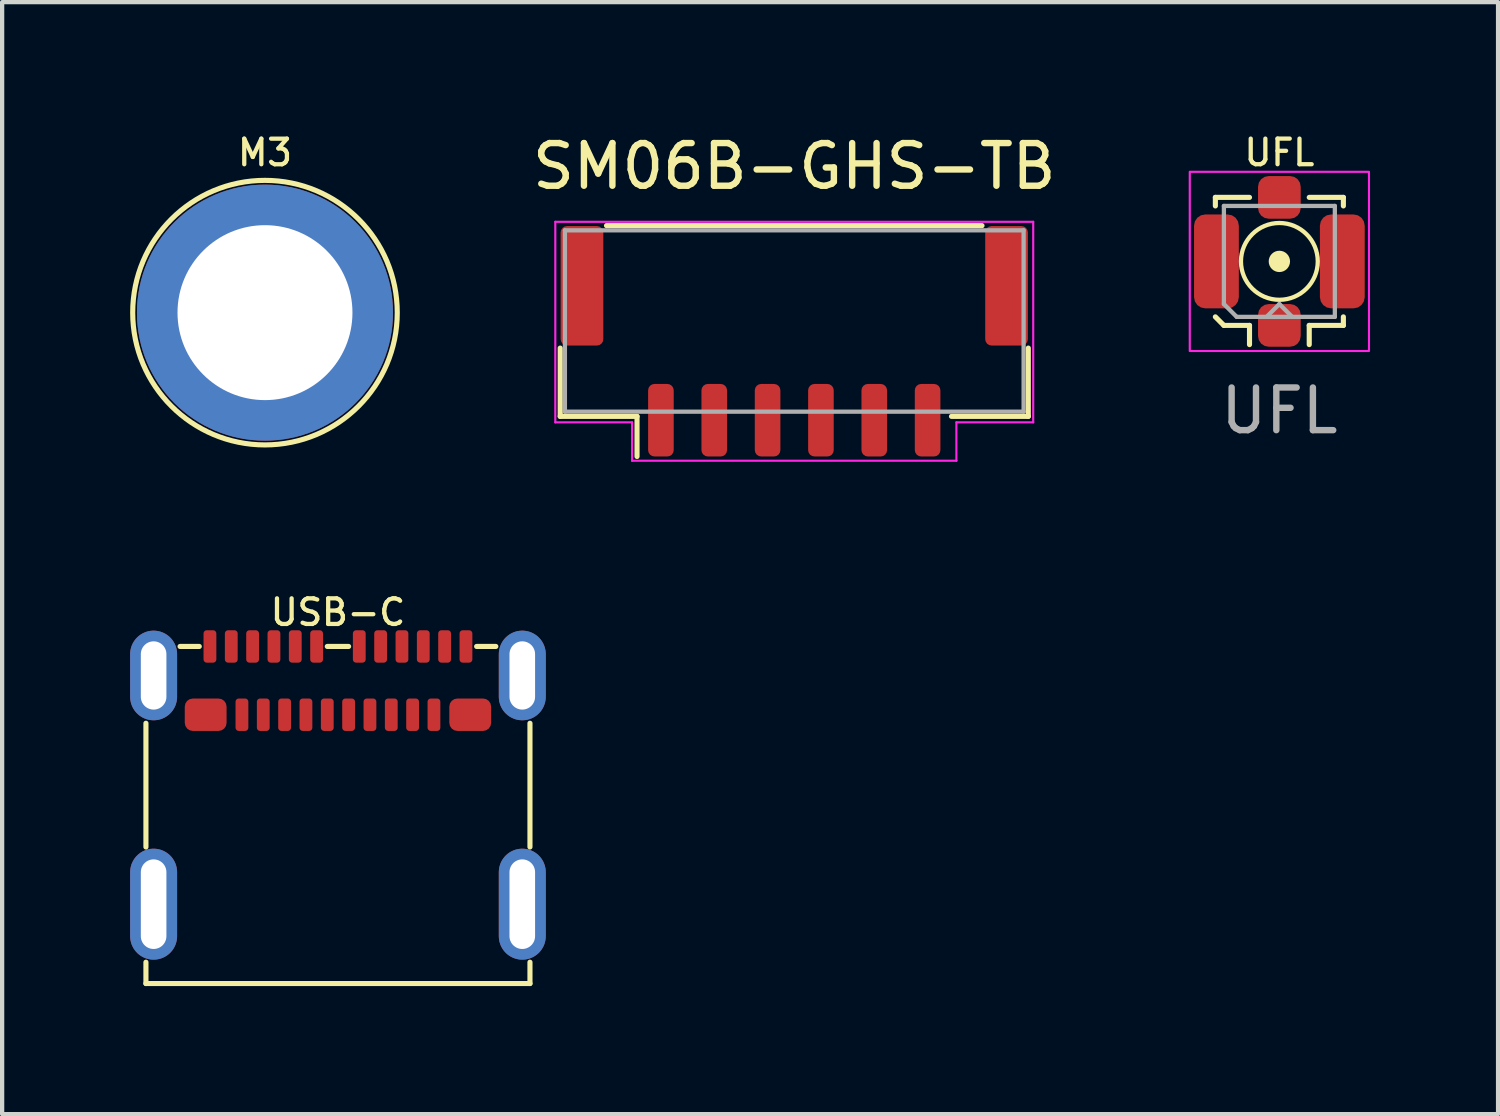
<source format=kicad_pcb>
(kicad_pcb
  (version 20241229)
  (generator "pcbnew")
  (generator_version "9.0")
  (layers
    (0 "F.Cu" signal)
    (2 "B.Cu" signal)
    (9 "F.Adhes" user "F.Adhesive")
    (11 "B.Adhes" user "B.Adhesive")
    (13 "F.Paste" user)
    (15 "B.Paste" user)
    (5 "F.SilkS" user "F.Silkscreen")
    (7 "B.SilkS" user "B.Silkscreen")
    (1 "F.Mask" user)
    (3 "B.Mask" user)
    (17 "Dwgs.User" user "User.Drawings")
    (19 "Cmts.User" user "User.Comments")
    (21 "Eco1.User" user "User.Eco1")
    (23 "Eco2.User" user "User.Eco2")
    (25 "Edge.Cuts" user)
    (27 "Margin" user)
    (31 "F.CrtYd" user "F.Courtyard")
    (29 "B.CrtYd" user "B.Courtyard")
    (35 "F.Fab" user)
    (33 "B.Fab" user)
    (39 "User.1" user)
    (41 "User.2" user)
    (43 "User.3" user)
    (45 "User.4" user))
  (footprint "M3"
    (layer "F.Cu")
    (at 3.16 4.277)
    (property "Reference" "M3" (at 0 -3.75 0) (unlocked yes) (layer "F.SilkS") (effects (font (size 0.6 0.6) (thickness 0.1))))
    (attr smd)
    (fp_circle (center 0 0) (end 3.1 0) (stroke (width 0.12) (type solid)) (fill no) (layer "F.SilkS"))
    (pad "1" thru_hole circle (at 0 0) (size 6 6) (drill 4.1) (layers "*.Cu" "*.Mask")))
  (footprint "SM06B-GHS-TB"
    (layer "F.Cu")
    (at 15.564 4.848)
    (property "Reference" "SM06B-GHS-TB" (at 0 -4 0) (layer "F.SilkS") (effects (font (size 1 1) (thickness 0.15))))
    (attr smd)
    (fp_line (start -5.485 0.26) (end -5.485 1.86) (stroke (width 0.12) (type solid)) (layer "F.SilkS"))
    (fp_line (start -5.485 1.86) (end -3.685 1.86) (stroke (width 0.12) (type solid)) (layer "F.SilkS"))
    (fp_line (start -4.4 -2.61) (end 4.4 -2.61) (stroke (width 0.12) (type solid)) (layer "F.SilkS"))
    (fp_line (start -3.685 1.86) (end -3.685 2.8) (stroke (width 0.12) (type solid)) (layer "F.SilkS"))
    (fp_line (start 5.485 0.26) (end 5.485 1.86) (stroke (width 0.12) (type solid)) (layer "F.SilkS"))
    (fp_line (start 5.485 1.86) (end 3.685 1.86) (stroke (width 0.12) (type solid)) (layer "F.SilkS"))
    (fp_line (start -5.6 -2.7) (end -5.6 2) (stroke (width 0.05) (type solid)) (layer "F.CrtYd"))
    (fp_line (start -5.6 2) (end -3.8 2) (stroke (width 0.05) (type solid)) (layer "F.CrtYd"))
    (fp_line (start -3.8 2) (end -3.8 2.9) (stroke (width 0.05) (type solid)) (layer "F.CrtYd"))
    (fp_line (start -3.8 2.9) (end 3.8 2.9) (stroke (width 0.05) (type solid)) (layer "F.CrtYd"))
    (fp_line (start 3.8 2) (end 5.6 2) (stroke (width 0.05) (type solid)) (layer "F.CrtYd"))
    (fp_line (start 3.8 2.9) (end 3.8 2) (stroke (width 0.05) (type solid)) (layer "F.CrtYd"))
    (fp_line (start 5.6 -2.7) (end -5.6 -2.7) (stroke (width 0.05) (type solid)) (layer "F.CrtYd"))
    (fp_line (start 5.6 2) (end 5.6 -2.7) (stroke (width 0.05) (type solid)) (layer "F.CrtYd"))
    (fp_line (start -5.375 -2.5) (end 5.375 -2.5) (stroke (width 0.1) (type solid)) (layer "F.Fab"))
    (fp_line (start -5.375 1.75) (end -5.375 -2.5) (stroke (width 0.1) (type solid)) (layer "F.Fab"))
    (fp_line (start -5.375 1.75) (end 5.375 1.75) (stroke (width 0.1) (type solid)) (layer "F.Fab"))
    (fp_line (start 5.375 1.75) (end 5.375 -2.5) (stroke (width 0.1) (type solid)) (layer "F.Fab"))
    (pad "1" smd roundrect (at 3.125 1.95) (size 0.6 1.7) (layers "F.Cu" "F.Mask" "F.Paste") (roundrect_rratio 0.25))
    (pad "2" smd roundrect (at 1.875 1.95) (size 0.6 1.7) (layers "F.Cu" "F.Mask" "F.Paste") (roundrect_rratio 0.25))
    (pad "3" smd roundrect (at 0.625 1.95) (size 0.6 1.7) (layers "F.Cu" "F.Mask" "F.Paste") (roundrect_rratio 0.25))
    (pad "4" smd roundrect (at -0.625 1.95) (size 0.6 1.7) (layers "F.Cu" "F.Mask" "F.Paste") (roundrect_rratio 0.25))
    (pad "5" smd roundrect (at -1.875 1.95) (size 0.6 1.7) (layers "F.Cu" "F.Mask" "F.Paste") (roundrect_rratio 0.25))
    (pad "6" smd roundrect (at -3.125 1.95) (size 0.6 1.7) (layers "F.Cu" "F.Mask" "F.Paste") (roundrect_rratio 0.25))
    (pad "MP" smd roundrect (at -4.975 -1.2) (size 1 2.8) (layers "F.Cu" "F.Mask" "F.Paste") (roundrect_rratio 0.15))
    (pad "MP" smd roundrect (at 4.975 -1.2) (size 1 2.8) (layers "F.Cu" "F.Mask" "F.Paste") (roundrect_rratio 0.15)))
  (footprint "USB-C"
    (layer "F.Cu")
    (at 4.87 13.7)
    (property "Reference" "USB-C" (at 0 -2.4 0) (layer "F.SilkS") (effects (font (size 0.6 0.6) (thickness 0.1))))
    (attr smd)
    (fp_line (start -4.5 0.2) (end -4.5 3.1) (stroke (width 0.12) (type solid)) (layer "F.SilkS"))
    (fp_line (start -4.5 5.8) (end -4.5 6.3) (stroke (width 0.12) (type solid)) (layer "F.SilkS"))
    (fp_line (start -4.5 6.3) (end 4.5 6.3) (stroke (width 0.12) (type solid)) (layer "F.SilkS"))
    (fp_line (start -3.25 -1.6) (end -3.7 -1.6) (stroke (width 0.12) (type solid)) (layer "F.SilkS"))
    (fp_line (start 0.25 -1.6) (end -0.25 -1.6) (stroke (width 0.12) (type solid)) (layer "F.SilkS"))
    (fp_line (start 3.7 -1.6) (end 3.25 -1.6) (stroke (width 0.12) (type solid)) (layer "F.SilkS"))
    (fp_line (start 4.5 3.1) (end 4.5 0.2) (stroke (width 0.12) (type solid)) (layer "F.SilkS"))
    (fp_line (start 4.5 6.3) (end 4.5 5.8) (stroke (width 0.12) (type solid)) (layer "F.SilkS"))
    (pad "A1" smd roundrect (at -3 -1.6) (size 0.3 0.76) (layers "F.Cu" "F.Mask" "F.Paste") (roundrect_rratio 0.25))
    (pad "A2" smd roundrect (at -2.5 -1.6) (size 0.3 0.76) (layers "F.Cu" "F.Mask" "F.Paste") (roundrect_rratio 0.25))
    (pad "A3" smd roundrect (at -2 -1.6) (size 0.3 0.76) (layers "F.Cu" "F.Mask" "F.Paste") (roundrect_rratio 0.25))
    (pad "A4" smd roundrect (at -1.5 -1.6) (size 0.3 0.76) (layers "F.Cu" "F.Mask" "F.Paste") (roundrect_rratio 0.25))
    (pad "A5" smd roundrect (at -1 -1.6) (size 0.3 0.76) (layers "F.Cu" "F.Mask" "F.Paste") (roundrect_rratio 0.25))
    (pad "A6" smd roundrect (at -0.5 -1.6) (size 0.3 0.76) (layers "F.Cu" "F.Mask" "F.Paste") (roundrect_rratio 0.25))
    (pad "A7" smd roundrect (at 0.5 -1.6) (size 0.3 0.76) (layers "F.Cu" "F.Mask" "F.Paste") (roundrect_rratio 0.25))
    (pad "A8" smd roundrect (at 1 -1.6) (size 0.3 0.76) (layers "F.Cu" "F.Mask" "F.Paste") (roundrect_rratio 0.25))
    (pad "A9" smd roundrect (at 1.5 -1.6) (size 0.3 0.76) (layers "F.Cu" "F.Mask" "F.Paste") (roundrect_rratio 0.25))
    (pad "A10" smd roundrect (at 2 -1.6) (size 0.3 0.76) (layers "F.Cu" "F.Mask" "F.Paste") (roundrect_rratio 0.25))
    (pad "A11" smd roundrect (at 2.5 -1.6) (size 0.3 0.76) (layers "F.Cu" "F.Mask" "F.Paste") (roundrect_rratio 0.25))
    (pad "A12" smd roundrect (at 3 -1.6) (size 0.3 0.76) (layers "F.Cu" "F.Mask" "F.Paste") (roundrect_rratio 0.25))
    (pad "B1" smd roundrect (at 3.1 0) (size 0.98 0.76) (layers "F.Cu" "F.Mask" "F.Paste") (roundrect_rratio 0.25))
    (pad "B2" smd roundrect (at 2.25 0) (size 0.3 0.76) (layers "F.Cu" "F.Mask" "F.Paste") (roundrect_rratio 0.25))
    (pad "B3" smd roundrect (at 1.75 0) (size 0.3 0.76) (layers "F.Cu" "F.Mask" "F.Paste") (roundrect_rratio 0.25))
    (pad "B4" smd roundrect (at 1.25 0) (size 0.3 0.76) (layers "F.Cu" "F.Mask" "F.Paste") (roundrect_rratio 0.25))
    (pad "B5" smd roundrect (at 0.75 0) (size 0.3 0.76) (layers "F.Cu" "F.Mask" "F.Paste") (roundrect_rratio 0.25))
    (pad "B6" smd roundrect (at 0.25 0) (size 0.3 0.76) (layers "F.Cu" "F.Mask" "F.Paste") (roundrect_rratio 0.25))
    (pad "B7" smd roundrect (at -0.25 0) (size 0.3 0.76) (layers "F.Cu" "F.Mask" "F.Paste") (roundrect_rratio 0.25))
    (pad "B8" smd roundrect (at -0.75 0) (size 0.3 0.76) (layers "F.Cu" "F.Mask" "F.Paste") (roundrect_rratio 0.25))
    (pad "B9" smd roundrect (at -1.25 0) (size 0.3 0.76) (layers "F.Cu" "F.Mask" "F.Paste") (roundrect_rratio 0.25))
    (pad "B10" smd roundrect (at -1.75 0) (size 0.3 0.76) (layers "F.Cu" "F.Mask" "F.Paste") (roundrect_rratio 0.25))
    (pad "B11" smd roundrect (at -2.25 0) (size 0.3 0.76) (layers "F.Cu" "F.Mask" "F.Paste") (roundrect_rratio 0.25))
    (pad "B12" smd roundrect (at -3.1 0) (size 0.98 0.76) (layers "F.Cu" "F.Mask" "F.Paste") (roundrect_rratio 0.25))
    (pad "S1" thru_hole oval (at -4.32 -0.92) (size 1.1 2.1) (drill oval 0.6 1.6) (layers "*.Cu" "*.Mask"))
    (pad "S1" thru_hole oval (at -4.32 4.44) (size 1.1 2.6) (drill oval 0.6 2.1) (layers "*.Cu" "*.Mask"))
    (pad "S1" thru_hole oval (at 4.32 -0.92) (size 1.1 2.1) (drill oval 0.6 1.6) (layers "*.Cu" "*.Mask"))
    (pad "S1" thru_hole oval (at 4.32 4.44) (size 1.1 2.6) (drill oval 0.6 2.1) (layers "*.Cu" "*.Mask")))
  (footprint "UFL"
    (layer "F.Cu")
    (at 26.933 3.076)
    (property "Reference" "UFL" (at 0 -2.55 0) (layer "F.SilkS") (effects (font (size 0.6 0.6) (thickness 0.1))))
    (attr smd)
    (fp_line (start -1.5 -1.5) (end -0.7 -1.5) (stroke (width 0.12) (type solid)) (layer "F.SilkS"))
    (fp_line (start -1.5 -1.3) (end -1.5 -1.5) (stroke (width 0.12) (type solid)) (layer "F.SilkS"))
    (fp_line (start -1.3 1.5) (end -1.5 1.3) (stroke (width 0.12) (type solid)) (layer "F.SilkS"))
    (fp_line (start -0.7 1.5) (end -1.3 1.5) (stroke (width 0.12) (type solid)) (layer "F.SilkS"))
    (fp_line (start -0.7 1.5) (end -0.7 1.95) (stroke (width 0.12) (type solid)) (layer "F.SilkS"))
    (fp_line (start 0.7 -1.5) (end 1.5 -1.5) (stroke (width 0.12) (type solid)) (layer "F.SilkS"))
    (fp_line (start 0.7 1.5) (end 0.7 1.95) (stroke (width 0.12) (type solid)) (layer "F.SilkS"))
    (fp_line (start 1.5 -1.5) (end 1.5 -1.3) (stroke (width 0.12) (type solid)) (layer "F.SilkS"))
    (fp_line (start 1.5 1.3) (end 1.5 1.5) (stroke (width 0.12) (type solid)) (layer "F.SilkS"))
    (fp_line (start 1.5 1.5) (end 0.7 1.5) (stroke (width 0.12) (type solid)) (layer "F.SilkS"))
    (fp_circle (center 0 0) (end 0.05 0) (stroke (width 0.1) (type solid)) (fill no) (layer "F.SilkS"))
    (fp_circle (center 0 0) (end 0.125 0) (stroke (width 0.1) (type solid)) (fill no) (layer "F.SilkS"))
    (fp_circle (center 0 0) (end 0.2 0) (stroke (width 0.1) (type solid)) (fill no) (layer "F.SilkS"))
    (fp_circle (center 0 0) (end 0.9 0) (stroke (width 0.1) (type solid)) (fill no) (layer "F.SilkS"))
    (fp_rect (start -2.1 -2.1) (end 2.1 2.1) (stroke (width 0.05) (type solid)) (fill no) (layer "F.CrtYd"))
    (fp_line (start -1.3 -1.3) (end -1.3 1) (stroke (width 0.1) (type solid)) (layer "F.Fab"))
    (fp_line (start -1.3 -1.3) (end 1.3 -1.3) (stroke (width 0.1) (type solid)) (layer "F.Fab"))
    (fp_line (start -1.3 1) (end -1 1.3) (stroke (width 0.1) (type solid)) (layer "F.Fab"))
    (fp_line (start -1 1.3) (end 1.3 1.3) (stroke (width 0.1) (type solid)) (layer "F.Fab"))
    (fp_line (start -0.3 1.3) (end 0 1) (stroke (width 0.1) (type solid)) (layer "F.Fab"))
    (fp_line (start 0 1) (end 0.3 1.3) (stroke (width 0.1) (type solid)) (layer "F.Fab"))
    (fp_line (start 1.3 -1.3) (end 1.3 1.3) (stroke (width 0.1) (type solid)) (layer "F.Fab"))
    (fp_text user "${REFERENCE}" (at 0 3.5 0) (layer "F.Fab") (effects (font (size 1 1) (thickness 0.15))))
    (pad "1" smd roundrect (at 0 1.5) (size 1 1) (layers "F.Cu" "F.Mask" "F.Paste") (roundrect_rratio 0.25))
    (pad "2" smd roundrect (at -1.475 0) (size 1.05 2.2) (layers "F.Cu" "F.Mask" "F.Paste") (roundrect_rratio 0.25))
    (pad "2" smd roundrect (at 0 -1.5) (size 1 1) (layers "F.Cu" "F.Mask" "F.Paste") (roundrect_rratio 0.25))
    (pad "2" smd roundrect (at 1.475 0) (size 1.05 2.2) (layers "F.Cu" "F.Mask" "F.Paste") (roundrect_rratio 0.25)))
  (gr_rect
    (start -3 -3)
    (end 32.058 23.06)
    (stroke (width 0.1) (type default))
    (fill no)
    (layer "Edge.Cuts")))
</source>
